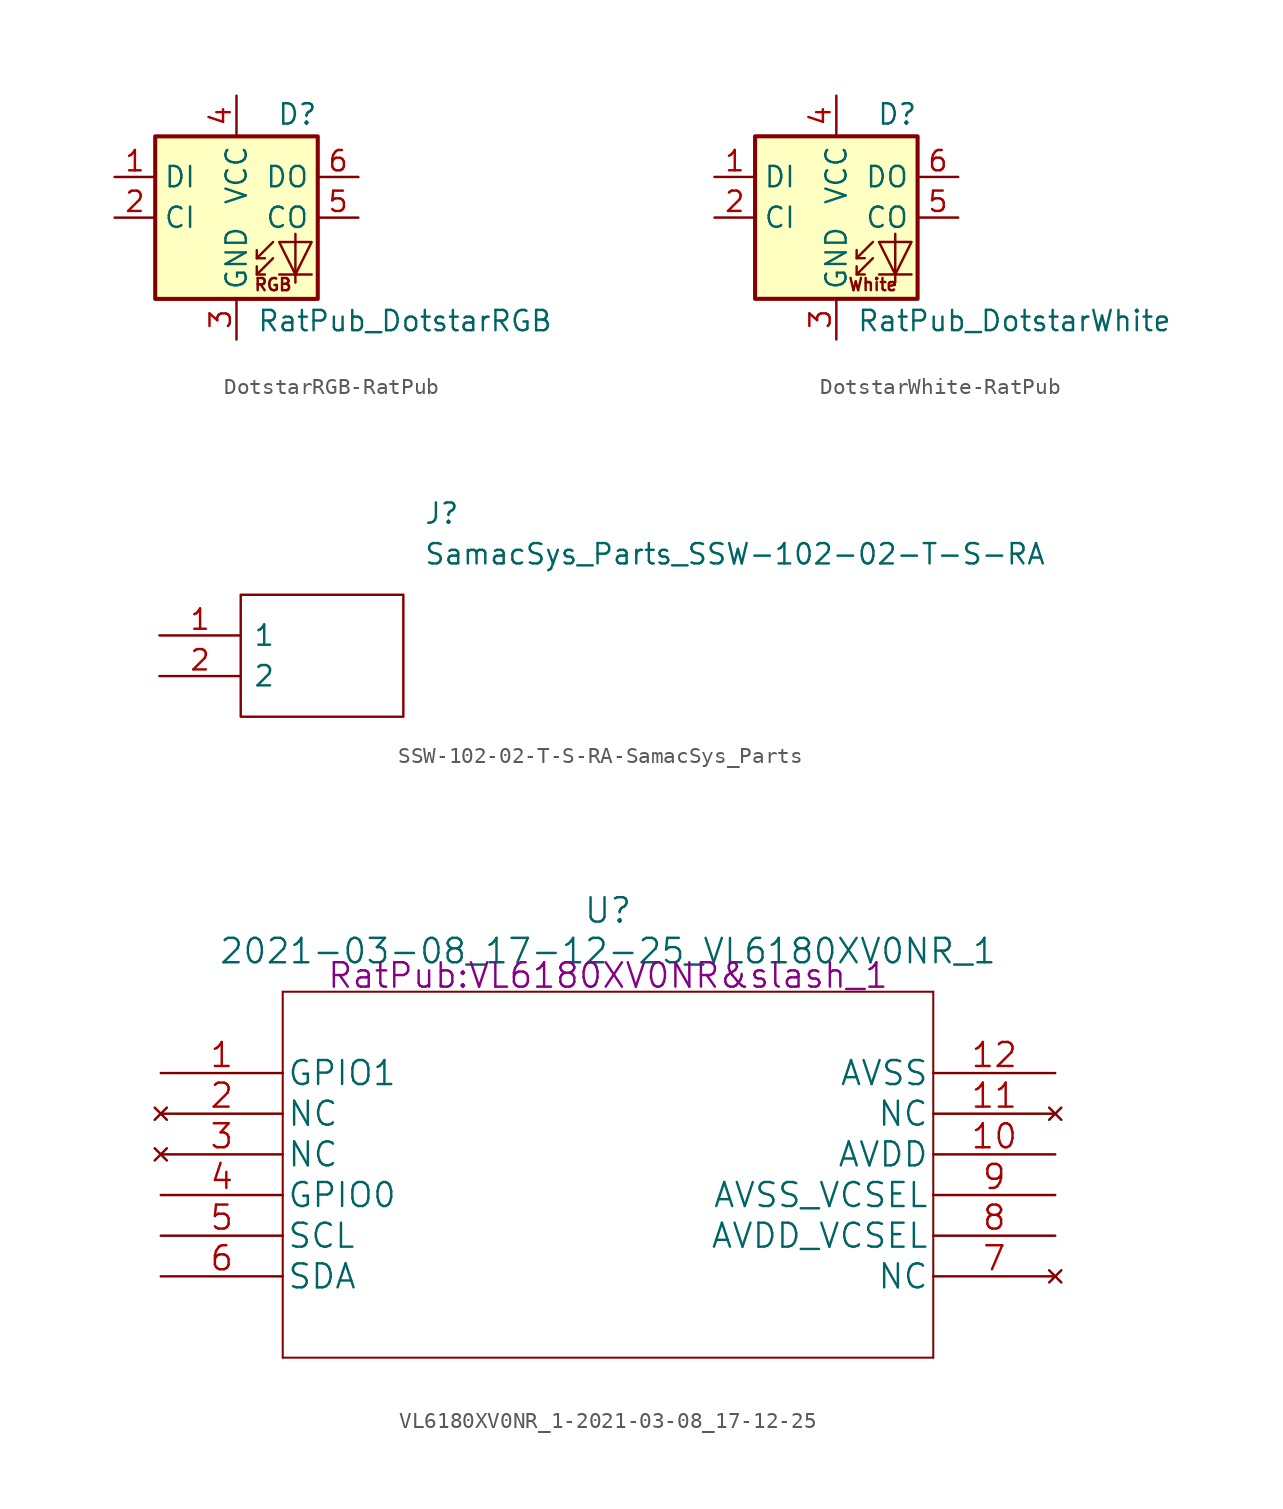
<source format=kicad_sym>
(kicad_symbol_lib
  (version 20231120)
  (generator "kicad_symbol_editor")
  (generator_version "8.0")
  (symbol "DotstarRGB-RatPub"
    (property "Reference" "D"
      (at 5.08 5.715 0)
      (effects (font (size 1.27 1.27)) (justify right bottom)))
    (property "Value" "RatPub_DotstarRGB"
      (at 1.27 -5.715 0)
      (effects (font (size 1.27 1.27)) (justify left top)))
    (symbol "DotstarRGB-RatPub_0_0"
      (text "RGB" (at 2.286 -4.191 0) (effects (font (size 0.762 0.762)))))
    (symbol "DotstarRGB-RatPub_0_1"
      (polyline (pts (xy 1.27 -3.556) (xy 1.778 -3.556)) (stroke (width 0) (type solid)) (fill (type none)))
      (polyline (pts (xy 1.27 -2.54) (xy 1.778 -2.54)) (stroke (width 0) (type solid)) (fill (type none)))
      (polyline (pts (xy 4.699 -3.556) (xy 2.667 -3.556)) (stroke (width 0) (type solid)) (fill (type none)))
      (polyline (pts (xy 2.286 -2.54) (xy 1.27 -3.556) (xy 1.27 -3.048)) (stroke (width 0) (type solid)) (fill (type none)))
      (polyline (pts (xy 2.286 -1.524) (xy 1.27 -2.54) (xy 1.27 -2.032)) (stroke (width 0) (type solid)) (fill (type none)))
      (polyline (pts (xy 3.683 -1.016) (xy 3.683 -3.556) (xy 3.683 -4.064)) (stroke (width 0) (type solid)) (fill (type none)))
      (polyline (pts (xy 4.699 -1.524) (xy 2.667 -1.524) (xy 3.683 -3.556) (xy 4.699 -1.524)) (stroke (width 0) (type solid)) (fill (type none)))
      (rectangle (start 5.08 5.08) (end -5.08 -5.08) (stroke (width 0.254) (type solid)) (fill (type background))))
    (symbol "DotstarRGB-RatPub_1_1"
      (pin input line (at -7.62 2.54 0) (length 2.54) (name "DI" (effects (font (size 1.27 1.27)))) (number "1" (effects (font (size 1.27 1.27)))))
      (pin input line (at -7.62 0 0) (length 2.54) (name "CI" (effects (font (size 1.27 1.27)))) (number "2" (effects (font (size 1.27 1.27)))))
      (pin power_in line (at 0 -7.62 90) (length 2.54) (name "GND" (effects (font (size 1.27 1.27)))) (number "3" (effects (font (size 1.27 1.27)))))
      (pin power_in line (at 0 7.62 270) (length 2.54) (name "VCC" (effects (font (size 1.27 1.27)))) (number "4" (effects (font (size 1.27 1.27)))))
      (pin output line (at 7.62 0 180) (length 2.54) (name "CO" (effects (font (size 1.27 1.27)))) (number "5" (effects (font (size 1.27 1.27)))))
      (pin output line (at 7.62 2.54 180) (length 2.54) (name "DO" (effects (font (size 1.27 1.27)))) (number "6" (effects (font (size 1.27 1.27)))))))
  (symbol "DotstarWhite-RatPub"
    (property "Reference" "D"
      (at 5.08 5.715 0)
      (effects (font (size 1.27 1.27)) (justify right bottom)))
    (property "Value" "RatPub_DotstarWhite"
      (at 1.27 -5.715 0)
      (effects (font (size 1.27 1.27)) (justify left top)))
    (symbol "DotstarWhite-RatPub_0_0"
      (text "White" (at 2.286 -4.191 0) (effects (font (size 0.762 0.762)))))
    (symbol "DotstarWhite-RatPub_0_1"
      (polyline (pts (xy 1.27 -3.556) (xy 1.778 -3.556)) (stroke (width 0) (type solid)) (fill (type none)))
      (polyline (pts (xy 1.27 -2.54) (xy 1.778 -2.54)) (stroke (width 0) (type solid)) (fill (type none)))
      (polyline (pts (xy 4.699 -3.556) (xy 2.667 -3.556)) (stroke (width 0) (type solid)) (fill (type none)))
      (polyline (pts (xy 2.286 -2.54) (xy 1.27 -3.556) (xy 1.27 -3.048)) (stroke (width 0) (type solid)) (fill (type none)))
      (polyline (pts (xy 2.286 -1.524) (xy 1.27 -2.54) (xy 1.27 -2.032)) (stroke (width 0) (type solid)) (fill (type none)))
      (polyline (pts (xy 3.683 -1.016) (xy 3.683 -3.556) (xy 3.683 -4.064)) (stroke (width 0) (type solid)) (fill (type none)))
      (polyline (pts (xy 4.699 -1.524) (xy 2.667 -1.524) (xy 3.683 -3.556) (xy 4.699 -1.524)) (stroke (width 0) (type solid)) (fill (type none)))
      (rectangle (start 5.08 5.08) (end -5.08 -5.08) (stroke (width 0.254) (type solid)) (fill (type background))))
    (symbol "DotstarWhite-RatPub_1_1"
      (pin input line (at -7.62 2.54 0) (length 2.54) (name "DI" (effects (font (size 1.27 1.27)))) (number "1" (effects (font (size 1.27 1.27)))))
      (pin input line (at -7.62 0 0) (length 2.54) (name "CI" (effects (font (size 1.27 1.27)))) (number "2" (effects (font (size 1.27 1.27)))))
      (pin power_in line (at 0 -7.62 90) (length 2.54) (name "GND" (effects (font (size 1.27 1.27)))) (number "3" (effects (font (size 1.27 1.27)))))
      (pin power_in line (at 0 7.62 270) (length 2.54) (name "VCC" (effects (font (size 1.27 1.27)))) (number "4" (effects (font (size 1.27 1.27)))))
      (pin output line (at 7.62 0 180) (length 2.54) (name "CO" (effects (font (size 1.27 1.27)))) (number "5" (effects (font (size 1.27 1.27)))))
      (pin output line (at 7.62 2.54 180) (length 2.54) (name "DO" (effects (font (size 1.27 1.27)))) (number "6" (effects (font (size 1.27 1.27)))))))
  (symbol "SSW-102-02-T-S-RA-SamacSys_Parts"
    (pin_names
      (offset 0.762))
    (property "Reference" "J"
      (at 16.51 7.62 0)
      (effects (font (size 1.27 1.27)) (justify left)))
    (property "Value" "SamacSys_Parts_SSW-102-02-T-S-RA"
      (at 16.51 5.08 0)
      (effects (font (size 1.27 1.27)) (justify left)))
    (symbol "SSW-102-02-T-S-RA-SamacSys_Parts_0_0"
      (pin passive line (at 0 0 0) (length 5.08) (name "1" (effects (font (size 1.27 1.27)))) (number "1" (effects (font (size 1.27 1.27)))))
      (pin passive line (at 0 -2.54 0) (length 5.08) (name "2" (effects (font (size 1.27 1.27)))) (number "2" (effects (font (size 1.27 1.27))))))
    (symbol "SSW-102-02-T-S-RA-SamacSys_Parts_0_1"
      (polyline (pts (xy 5.08 2.54) (xy 15.24 2.54) (xy 15.24 -5.08) (xy 5.08 -5.08) (xy 5.08 2.54)) (stroke (width 0.152) (type solid)) (fill (type none)))))
  (symbol "VL6180XV0NR_1-2021-03-08_17-12-25"
    (pin_names
      (offset 0.254))
    (property "Reference" "U"
      (at 27.94 10.16 0)
      (effects (font (size 1.524 1.524))))
    (property "Value" "2021-03-08_17-12-25_VL6180XV0NR_1"
      (at 27.94 7.62 0)
      (effects (font (size 1.524 1.524))))
    (property "Footprint" "RatPub:VL6180XV0NR&slash_1"
      (at 27.94 6.096 0)
      (effects (font (size 1.524 1.524))))
    (property "Datasheet" ""
      (at 0 0 0)
      (effects (font (size 1.524 1.524))))
    (symbol "VL6180XV0NR_1-2021-03-08_17-12-25_1_1"
      (polyline (pts (xy 7.62 -17.78) (xy 48.26 -17.78)) (stroke (width 0.127) (type solid)) (fill (type none)))
      (polyline (pts (xy 7.62 5.08) (xy 7.62 -17.78)) (stroke (width 0.127) (type solid)) (fill (type none)))
      (polyline (pts (xy 48.26 -17.78) (xy 48.26 5.08)) (stroke (width 0.127) (type solid)) (fill (type none)))
      (polyline (pts (xy 48.26 5.08) (xy 7.62 5.08)) (stroke (width 0.127) (type solid)) (fill (type none)))
      (pin bidirectional line (at 0 0 0) (length 7.62) (name "GPIO1" (effects (font (size 1.499 1.499)))) (number "1" (effects (font (size 1.499 1.499)))))
      (pin power_in line (at 55.88 -5.08 180) (length 7.62) (name "AVDD" (effects (font (size 1.499 1.499)))) (number "10" (effects (font (size 1.499 1.499)))))
      (pin no_connect line (at 55.88 -2.54 180) (length 7.62) (name "NC" (effects (font (size 1.499 1.499)))) (number "11" (effects (font (size 1.499 1.499)))))
      (pin power_in line (at 55.88 0 180) (length 7.62) (name "AVSS" (effects (font (size 1.499 1.499)))) (number "12" (effects (font (size 1.499 1.499)))))
      (pin no_connect line (at 0 -2.54 0) (length 7.62) (name "NC" (effects (font (size 1.499 1.499)))) (number "2" (effects (font (size 1.499 1.499)))))
      (pin no_connect line (at 0 -5.08 0) (length 7.62) (name "NC" (effects (font (size 1.499 1.499)))) (number "3" (effects (font (size 1.499 1.499)))))
      (pin bidirectional line (at 0 -7.62 0) (length 7.62) (name "GPIO0" (effects (font (size 1.499 1.499)))) (number "4" (effects (font (size 1.499 1.499)))))
      (pin input line (at 0 -10.16 0) (length 7.62) (name "SCL" (effects (font (size 1.499 1.499)))) (number "5" (effects (font (size 1.499 1.499)))))
      (pin bidirectional line (at 0 -12.7 0) (length 7.62) (name "SDA" (effects (font (size 1.499 1.499)))) (number "6" (effects (font (size 1.499 1.499)))))
      (pin no_connect line (at 55.88 -12.7 180) (length 7.62) (name "NC" (effects (font (size 1.499 1.499)))) (number "7" (effects (font (size 1.499 1.499)))))
      (pin power_in line (at 55.88 -10.16 180) (length 7.62) (name "AVDD_VCSEL" (effects (font (size 1.499 1.499)))) (number "8" (effects (font (size 1.499 1.499)))))
      (pin power_in line (at 55.88 -7.62 180) (length 7.62) (name "AVSS_VCSEL" (effects (font (size 1.499 1.499)))) (number "9" (effects (font (size 1.499 1.499))))))))
</source>
